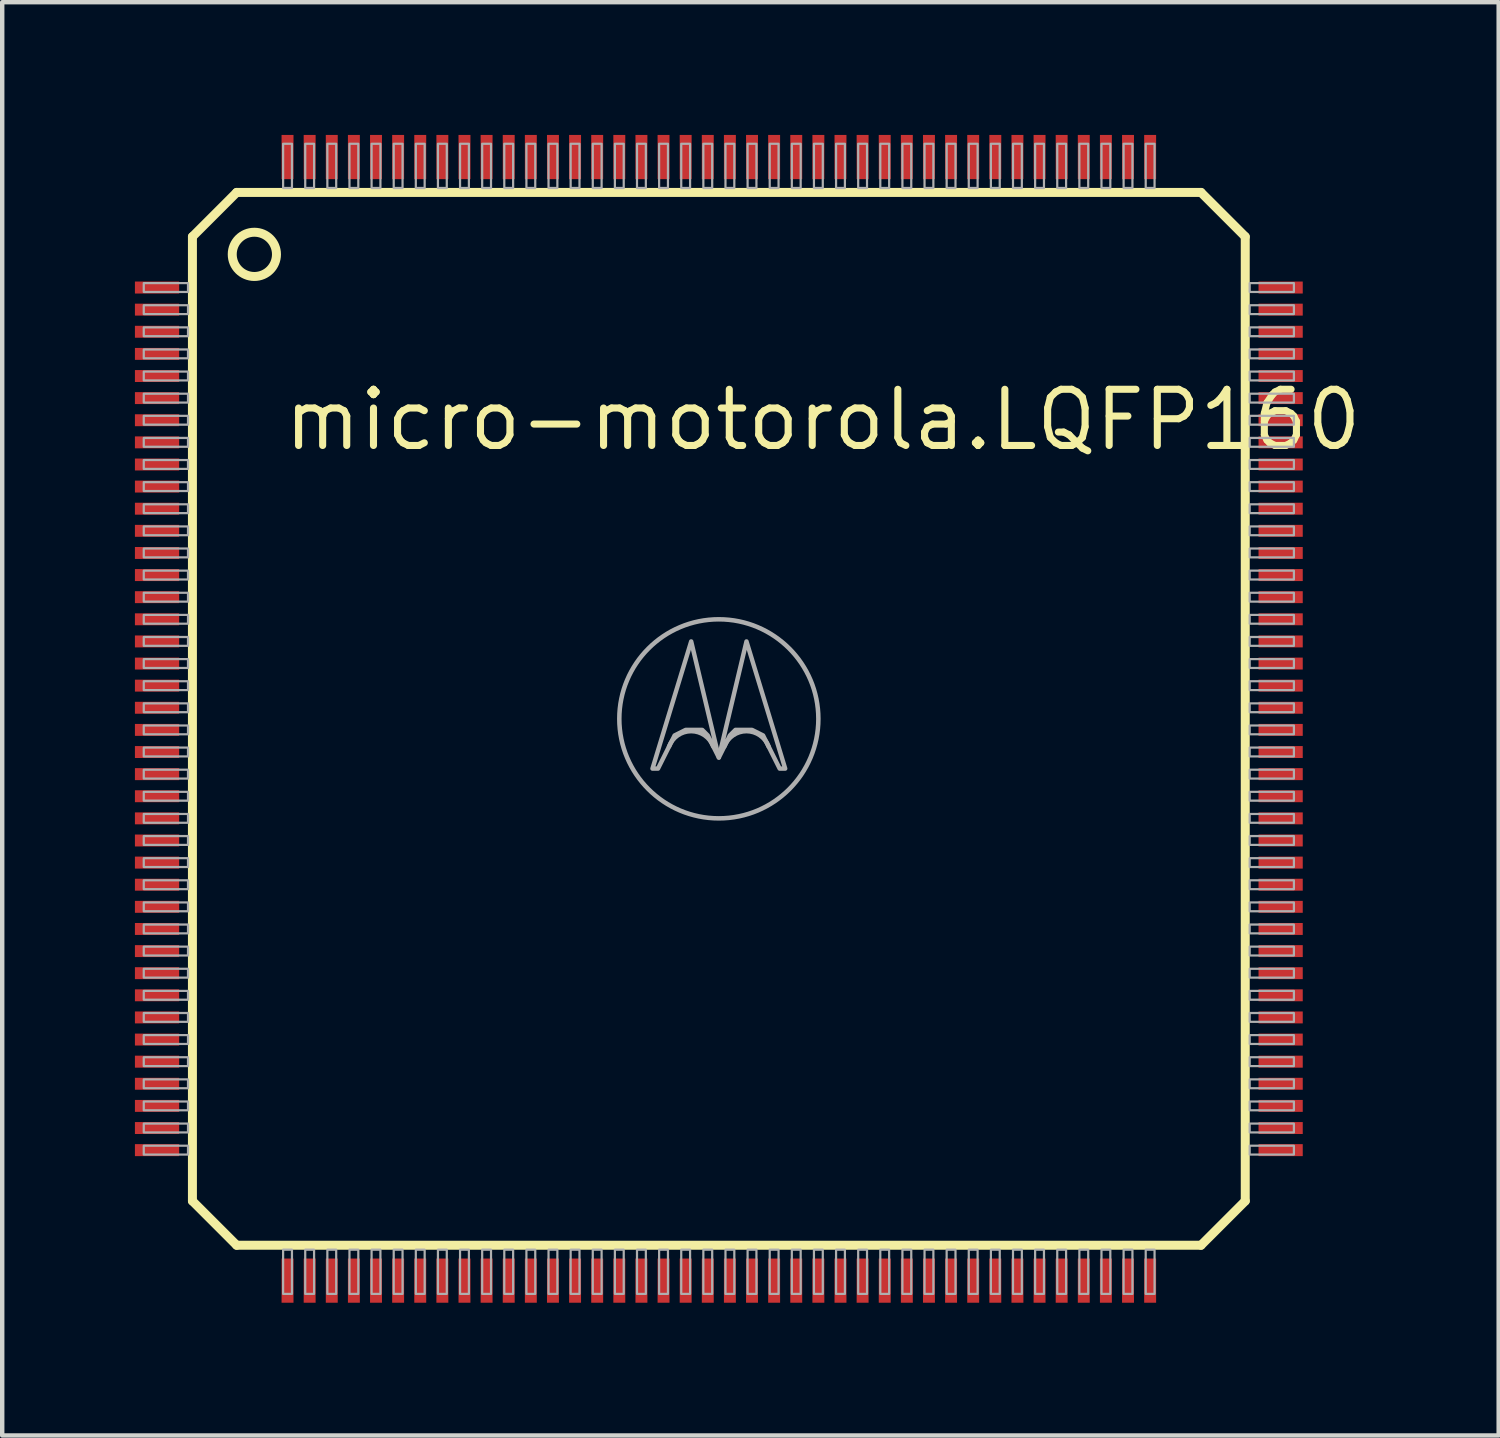
<source format=kicad_pcb>
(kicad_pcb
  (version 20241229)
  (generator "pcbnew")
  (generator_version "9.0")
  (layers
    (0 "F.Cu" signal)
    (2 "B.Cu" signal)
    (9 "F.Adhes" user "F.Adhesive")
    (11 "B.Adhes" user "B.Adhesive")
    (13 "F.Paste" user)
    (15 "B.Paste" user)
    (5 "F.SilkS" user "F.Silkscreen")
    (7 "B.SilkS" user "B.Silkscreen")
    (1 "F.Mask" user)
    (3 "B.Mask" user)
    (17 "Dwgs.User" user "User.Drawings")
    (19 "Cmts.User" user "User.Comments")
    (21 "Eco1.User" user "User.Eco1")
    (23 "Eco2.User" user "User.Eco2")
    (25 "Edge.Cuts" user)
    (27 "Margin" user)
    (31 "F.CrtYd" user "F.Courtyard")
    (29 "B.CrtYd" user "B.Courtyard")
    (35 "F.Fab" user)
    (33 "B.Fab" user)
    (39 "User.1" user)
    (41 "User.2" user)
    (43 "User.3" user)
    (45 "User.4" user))
  (footprint "micro-motorola.LQFP160"
    (layer "F.Cu")
    (at 13.2 13.2)
    (property "Reference" "micro-motorola.LQFP160" (at -9.908 -6.016 0) (layer "F.SilkS") (effects (font (size 1.27 1.27) (thickness 0.16)) (justify left bottom)))
    (attr smd)
    (fp_line (start -11.9 -10.9) (end -10.9 -11.9) (stroke (width 0.203) (type default)) (layer "F.SilkS"))
    (fp_line (start -11.9 10.9) (end -11.9 -10.9) (stroke (width 0.203) (type default)) (layer "F.SilkS"))
    (fp_line (start -11.9 10.9) (end -10.9 11.9) (stroke (width 0.203) (type default)) (layer "F.SilkS"))
    (fp_line (start -10.9 -11.9) (end 10.9 -11.9) (stroke (width 0.203) (type default)) (layer "F.SilkS"))
    (fp_line (start 10.9 11.9) (end -10.9 11.9) (stroke (width 0.203) (type default)) (layer "F.SilkS"))
    (fp_line (start 11.9 -10.9) (end 10.9 -11.9) (stroke (width 0.203) (type default)) (layer "F.SilkS"))
    (fp_line (start 11.9 -10.9) (end 11.9 10.9) (stroke (width 0.203) (type default)) (layer "F.SilkS"))
    (fp_line (start 11.9 10.9) (end 10.9 11.9) (stroke (width 0.203) (type default)) (layer "F.SilkS"))
    (fp_circle (center -10.5 -10.5) (end -10 -10.5) (stroke (width 0.203) (type default)) (fill no) (layer "F.SilkS"))
    (fp_rect (start -13 -9.65) (end -12 -9.85) (stroke (width 0.05) (type default)) (fill no) (layer "F.Fab"))
    (fp_rect (start -13 -9.15) (end -12 -9.35) (stroke (width 0.05) (type default)) (fill no) (layer "F.Fab"))
    (fp_rect (start -13 -8.65) (end -12 -8.85) (stroke (width 0.05) (type default)) (fill no) (layer "F.Fab"))
    (fp_rect (start -13 -8.15) (end -12 -8.35) (stroke (width 0.05) (type default)) (fill no) (layer "F.Fab"))
    (fp_rect (start -13 -7.65) (end -12 -7.85) (stroke (width 0.05) (type default)) (fill no) (layer "F.Fab"))
    (fp_rect (start -13 -7.15) (end -12 -7.35) (stroke (width 0.05) (type default)) (fill no) (layer "F.Fab"))
    (fp_rect (start -13 -6.65) (end -12 -6.85) (stroke (width 0.05) (type default)) (fill no) (layer "F.Fab"))
    (fp_rect (start -13 -6.15) (end -12 -6.35) (stroke (width 0.05) (type default)) (fill no) (layer "F.Fab"))
    (fp_rect (start -13 -5.65) (end -12 -5.85) (stroke (width 0.05) (type default)) (fill no) (layer "F.Fab"))
    (fp_rect (start -13 -5.15) (end -12 -5.35) (stroke (width 0.05) (type default)) (fill no) (layer "F.Fab"))
    (fp_rect (start -13 -4.65) (end -12 -4.85) (stroke (width 0.05) (type default)) (fill no) (layer "F.Fab"))
    (fp_rect (start -13 -4.15) (end -12 -4.35) (stroke (width 0.05) (type default)) (fill no) (layer "F.Fab"))
    (fp_rect (start -13 -3.65) (end -12 -3.85) (stroke (width 0.05) (type default)) (fill no) (layer "F.Fab"))
    (fp_rect (start -13 -3.15) (end -12 -3.35) (stroke (width 0.05) (type default)) (fill no) (layer "F.Fab"))
    (fp_rect (start -13 -2.65) (end -12 -2.85) (stroke (width 0.05) (type default)) (fill no) (layer "F.Fab"))
    (fp_rect (start -13 -2.15) (end -12 -2.35) (stroke (width 0.05) (type default)) (fill no) (layer "F.Fab"))
    (fp_rect (start -13 -1.65) (end -12 -1.85) (stroke (width 0.05) (type default)) (fill no) (layer "F.Fab"))
    (fp_rect (start -13 -1.15) (end -12 -1.35) (stroke (width 0.05) (type default)) (fill no) (layer "F.Fab"))
    (fp_rect (start -13 -0.65) (end -12 -0.85) (stroke (width 0.05) (type default)) (fill no) (layer "F.Fab"))
    (fp_rect (start -13 -0.15) (end -12 -0.35) (stroke (width 0.05) (type default)) (fill no) (layer "F.Fab"))
    (fp_rect (start -13 0.35) (end -12 0.15) (stroke (width 0.05) (type default)) (fill no) (layer "F.Fab"))
    (fp_rect (start -13 0.85) (end -12 0.65) (stroke (width 0.05) (type default)) (fill no) (layer "F.Fab"))
    (fp_rect (start -13 1.35) (end -12 1.15) (stroke (width 0.05) (type default)) (fill no) (layer "F.Fab"))
    (fp_rect (start -13 1.85) (end -12 1.65) (stroke (width 0.05) (type default)) (fill no) (layer "F.Fab"))
    (fp_rect (start -13 2.35) (end -12 2.15) (stroke (width 0.05) (type default)) (fill no) (layer "F.Fab"))
    (fp_rect (start -13 2.85) (end -12 2.65) (stroke (width 0.05) (type default)) (fill no) (layer "F.Fab"))
    (fp_rect (start -13 3.35) (end -12 3.15) (stroke (width 0.05) (type default)) (fill no) (layer "F.Fab"))
    (fp_rect (start -13 3.85) (end -12 3.65) (stroke (width 0.05) (type default)) (fill no) (layer "F.Fab"))
    (fp_rect (start -13 4.35) (end -12 4.15) (stroke (width 0.05) (type default)) (fill no) (layer "F.Fab"))
    (fp_rect (start -13 4.85) (end -12 4.65) (stroke (width 0.05) (type default)) (fill no) (layer "F.Fab"))
    (fp_rect (start -13 5.35) (end -12 5.15) (stroke (width 0.05) (type default)) (fill no) (layer "F.Fab"))
    (fp_rect (start -13 5.85) (end -12 5.65) (stroke (width 0.05) (type default)) (fill no) (layer "F.Fab"))
    (fp_rect (start -13 6.35) (end -12 6.15) (stroke (width 0.05) (type default)) (fill no) (layer "F.Fab"))
    (fp_rect (start -13 6.85) (end -12 6.65) (stroke (width 0.05) (type default)) (fill no) (layer "F.Fab"))
    (fp_rect (start -13 7.35) (end -12 7.15) (stroke (width 0.05) (type default)) (fill no) (layer "F.Fab"))
    (fp_rect (start -13 7.85) (end -12 7.65) (stroke (width 0.05) (type default)) (fill no) (layer "F.Fab"))
    (fp_rect (start -13 8.35) (end -12 8.15) (stroke (width 0.05) (type default)) (fill no) (layer "F.Fab"))
    (fp_rect (start -13 8.85) (end -12 8.65) (stroke (width 0.05) (type default)) (fill no) (layer "F.Fab"))
    (fp_rect (start -13 9.35) (end -12 9.15) (stroke (width 0.05) (type default)) (fill no) (layer "F.Fab"))
    (fp_rect (start -13 9.85) (end -12 9.65) (stroke (width 0.05) (type default)) (fill no) (layer "F.Fab"))
    (fp_rect (start -9.85 -12) (end -9.65 -13) (stroke (width 0.05) (type default)) (fill no) (layer "F.Fab"))
    (fp_rect (start -9.85 13) (end -9.65 12) (stroke (width 0.05) (type default)) (fill no) (layer "F.Fab"))
    (fp_rect (start -9.35 -12) (end -9.15 -13) (stroke (width 0.05) (type default)) (fill no) (layer "F.Fab"))
    (fp_rect (start -9.35 13) (end -9.15 12) (stroke (width 0.05) (type default)) (fill no) (layer "F.Fab"))
    (fp_rect (start -8.85 -12) (end -8.65 -13) (stroke (width 0.05) (type default)) (fill no) (layer "F.Fab"))
    (fp_rect (start -8.85 13) (end -8.65 12) (stroke (width 0.05) (type default)) (fill no) (layer "F.Fab"))
    (fp_rect (start -8.35 -12) (end -8.15 -13) (stroke (width 0.05) (type default)) (fill no) (layer "F.Fab"))
    (fp_rect (start -8.35 13) (end -8.15 12) (stroke (width 0.05) (type default)) (fill no) (layer "F.Fab"))
    (fp_rect (start -7.85 -12) (end -7.65 -13) (stroke (width 0.05) (type default)) (fill no) (layer "F.Fab"))
    (fp_rect (start -7.85 13) (end -7.65 12) (stroke (width 0.05) (type default)) (fill no) (layer "F.Fab"))
    (fp_rect (start -7.35 -12) (end -7.15 -13) (stroke (width 0.05) (type default)) (fill no) (layer "F.Fab"))
    (fp_rect (start -7.35 13) (end -7.15 12) (stroke (width 0.05) (type default)) (fill no) (layer "F.Fab"))
    (fp_rect (start -6.85 -12) (end -6.65 -13) (stroke (width 0.05) (type default)) (fill no) (layer "F.Fab"))
    (fp_rect (start -6.85 13) (end -6.65 12) (stroke (width 0.05) (type default)) (fill no) (layer "F.Fab"))
    (fp_rect (start -6.35 -12) (end -6.15 -13) (stroke (width 0.05) (type default)) (fill no) (layer "F.Fab"))
    (fp_rect (start -6.35 13) (end -6.15 12) (stroke (width 0.05) (type default)) (fill no) (layer "F.Fab"))
    (fp_rect (start -5.85 -12) (end -5.65 -13) (stroke (width 0.05) (type default)) (fill no) (layer "F.Fab"))
    (fp_rect (start -5.85 13) (end -5.65 12) (stroke (width 0.05) (type default)) (fill no) (layer "F.Fab"))
    (fp_rect (start -5.35 -12) (end -5.15 -13) (stroke (width 0.05) (type default)) (fill no) (layer "F.Fab"))
    (fp_rect (start -5.35 13) (end -5.15 12) (stroke (width 0.05) (type default)) (fill no) (layer "F.Fab"))
    (fp_rect (start -4.85 -12) (end -4.65 -13) (stroke (width 0.05) (type default)) (fill no) (layer "F.Fab"))
    (fp_rect (start -4.85 13) (end -4.65 12) (stroke (width 0.05) (type default)) (fill no) (layer "F.Fab"))
    (fp_rect (start -4.35 -12) (end -4.15 -13) (stroke (width 0.05) (type default)) (fill no) (layer "F.Fab"))
    (fp_rect (start -4.35 13) (end -4.15 12) (stroke (width 0.05) (type default)) (fill no) (layer "F.Fab"))
    (fp_rect (start -3.85 -12) (end -3.65 -13) (stroke (width 0.05) (type default)) (fill no) (layer "F.Fab"))
    (fp_rect (start -3.85 13) (end -3.65 12) (stroke (width 0.05) (type default)) (fill no) (layer "F.Fab"))
    (fp_rect (start -3.35 -12) (end -3.15 -13) (stroke (width 0.05) (type default)) (fill no) (layer "F.Fab"))
    (fp_rect (start -3.35 13) (end -3.15 12) (stroke (width 0.05) (type default)) (fill no) (layer "F.Fab"))
    (fp_rect (start -2.85 -12) (end -2.65 -13) (stroke (width 0.05) (type default)) (fill no) (layer "F.Fab"))
    (fp_rect (start -2.85 13) (end -2.65 12) (stroke (width 0.05) (type default)) (fill no) (layer "F.Fab"))
    (fp_rect (start -2.35 -12) (end -2.15 -13) (stroke (width 0.05) (type default)) (fill no) (layer "F.Fab"))
    (fp_rect (start -2.35 13) (end -2.15 12) (stroke (width 0.05) (type default)) (fill no) (layer "F.Fab"))
    (fp_rect (start -1.85 -12) (end -1.65 -13) (stroke (width 0.05) (type default)) (fill no) (layer "F.Fab"))
    (fp_rect (start -1.85 13) (end -1.65 12) (stroke (width 0.05) (type default)) (fill no) (layer "F.Fab"))
    (fp_rect (start -1.35 -12) (end -1.15 -13) (stroke (width 0.05) (type default)) (fill no) (layer "F.Fab"))
    (fp_rect (start -1.35 13) (end -1.15 12) (stroke (width 0.05) (type default)) (fill no) (layer "F.Fab"))
    (fp_rect (start -0.85 -12) (end -0.65 -13) (stroke (width 0.05) (type default)) (fill no) (layer "F.Fab"))
    (fp_rect (start -0.85 13) (end -0.65 12) (stroke (width 0.05) (type default)) (fill no) (layer "F.Fab"))
    (fp_rect (start -0.35 -12) (end -0.15 -13) (stroke (width 0.05) (type default)) (fill no) (layer "F.Fab"))
    (fp_rect (start -0.35 13) (end -0.15 12) (stroke (width 0.05) (type default)) (fill no) (layer "F.Fab"))
    (fp_rect (start 0.15 -12) (end 0.35 -13) (stroke (width 0.05) (type default)) (fill no) (layer "F.Fab"))
    (fp_rect (start 0.15 13) (end 0.35 12) (stroke (width 0.05) (type default)) (fill no) (layer "F.Fab"))
    (fp_rect (start 0.65 -12) (end 0.85 -13) (stroke (width 0.05) (type default)) (fill no) (layer "F.Fab"))
    (fp_rect (start 0.65 13) (end 0.85 12) (stroke (width 0.05) (type default)) (fill no) (layer "F.Fab"))
    (fp_rect (start 1.15 -12) (end 1.35 -13) (stroke (width 0.05) (type default)) (fill no) (layer "F.Fab"))
    (fp_rect (start 1.15 13) (end 1.35 12) (stroke (width 0.05) (type default)) (fill no) (layer "F.Fab"))
    (fp_rect (start 1.65 -12) (end 1.85 -13) (stroke (width 0.05) (type default)) (fill no) (layer "F.Fab"))
    (fp_rect (start 1.65 13) (end 1.85 12) (stroke (width 0.05) (type default)) (fill no) (layer "F.Fab"))
    (fp_rect (start 2.15 -12) (end 2.35 -13) (stroke (width 0.05) (type default)) (fill no) (layer "F.Fab"))
    (fp_rect (start 2.15 13) (end 2.35 12) (stroke (width 0.05) (type default)) (fill no) (layer "F.Fab"))
    (fp_rect (start 2.65 -12) (end 2.85 -13) (stroke (width 0.05) (type default)) (fill no) (layer "F.Fab"))
    (fp_rect (start 2.65 13) (end 2.85 12) (stroke (width 0.05) (type default)) (fill no) (layer "F.Fab"))
    (fp_rect (start 3.15 -12) (end 3.35 -13) (stroke (width 0.05) (type default)) (fill no) (layer "F.Fab"))
    (fp_rect (start 3.15 13) (end 3.35 12) (stroke (width 0.05) (type default)) (fill no) (layer "F.Fab"))
    (fp_rect (start 3.65 -12) (end 3.85 -13) (stroke (width 0.05) (type default)) (fill no) (layer "F.Fab"))
    (fp_rect (start 3.65 13) (end 3.85 12) (stroke (width 0.05) (type default)) (fill no) (layer "F.Fab"))
    (fp_rect (start 4.15 -12) (end 4.35 -13) (stroke (width 0.05) (type default)) (fill no) (layer "F.Fab"))
    (fp_rect (start 4.15 13) (end 4.35 12) (stroke (width 0.05) (type default)) (fill no) (layer "F.Fab"))
    (fp_rect (start 4.65 -12) (end 4.85 -13) (stroke (width 0.05) (type default)) (fill no) (layer "F.Fab"))
    (fp_rect (start 4.65 13) (end 4.85 12) (stroke (width 0.05) (type default)) (fill no) (layer "F.Fab"))
    (fp_rect (start 5.15 -12) (end 5.35 -13) (stroke (width 0.05) (type default)) (fill no) (layer "F.Fab"))
    (fp_rect (start 5.15 13) (end 5.35 12) (stroke (width 0.05) (type default)) (fill no) (layer "F.Fab"))
    (fp_rect (start 5.65 -12) (end 5.85 -13) (stroke (width 0.05) (type default)) (fill no) (layer "F.Fab"))
    (fp_rect (start 5.65 13) (end 5.85 12) (stroke (width 0.05) (type default)) (fill no) (layer "F.Fab"))
    (fp_rect (start 6.15 -12) (end 6.35 -13) (stroke (width 0.05) (type default)) (fill no) (layer "F.Fab"))
    (fp_rect (start 6.15 13) (end 6.35 12) (stroke (width 0.05) (type default)) (fill no) (layer "F.Fab"))
    (fp_rect (start 6.65 -12) (end 6.85 -13) (stroke (width 0.05) (type default)) (fill no) (layer "F.Fab"))
    (fp_rect (start 6.65 13) (end 6.85 12) (stroke (width 0.05) (type default)) (fill no) (layer "F.Fab"))
    (fp_rect (start 7.15 -12) (end 7.35 -13) (stroke (width 0.05) (type default)) (fill no) (layer "F.Fab"))
    (fp_rect (start 7.15 13) (end 7.35 12) (stroke (width 0.05) (type default)) (fill no) (layer "F.Fab"))
    (fp_rect (start 7.65 -12) (end 7.85 -13) (stroke (width 0.05) (type default)) (fill no) (layer "F.Fab"))
    (fp_rect (start 7.65 13) (end 7.85 12) (stroke (width 0.05) (type default)) (fill no) (layer "F.Fab"))
    (fp_rect (start 8.15 -12) (end 8.35 -13) (stroke (width 0.05) (type default)) (fill no) (layer "F.Fab"))
    (fp_rect (start 8.15 13) (end 8.35 12) (stroke (width 0.05) (type default)) (fill no) (layer "F.Fab"))
    (fp_rect (start 8.65 -12) (end 8.85 -13) (stroke (width 0.05) (type default)) (fill no) (layer "F.Fab"))
    (fp_rect (start 8.65 13) (end 8.85 12) (stroke (width 0.05) (type default)) (fill no) (layer "F.Fab"))
    (fp_rect (start 9.15 -12) (end 9.35 -13) (stroke (width 0.05) (type default)) (fill no) (layer "F.Fab"))
    (fp_rect (start 9.15 13) (end 9.35 12) (stroke (width 0.05) (type default)) (fill no) (layer "F.Fab"))
    (fp_rect (start 9.65 -12) (end 9.85 -13) (stroke (width 0.05) (type default)) (fill no) (layer "F.Fab"))
    (fp_rect (start 9.65 13) (end 9.85 12) (stroke (width 0.05) (type default)) (fill no) (layer "F.Fab"))
    (fp_rect (start 12 -9.65) (end 13 -9.85) (stroke (width 0.05) (type default)) (fill no) (layer "F.Fab"))
    (fp_rect (start 12 -9.15) (end 13 -9.35) (stroke (width 0.05) (type default)) (fill no) (layer "F.Fab"))
    (fp_rect (start 12 -8.65) (end 13 -8.85) (stroke (width 0.05) (type default)) (fill no) (layer "F.Fab"))
    (fp_rect (start 12 -8.15) (end 13 -8.35) (stroke (width 0.05) (type default)) (fill no) (layer "F.Fab"))
    (fp_rect (start 12 -7.65) (end 13 -7.85) (stroke (width 0.05) (type default)) (fill no) (layer "F.Fab"))
    (fp_rect (start 12 -7.15) (end 13 -7.35) (stroke (width 0.05) (type default)) (fill no) (layer "F.Fab"))
    (fp_rect (start 12 -6.65) (end 13 -6.85) (stroke (width 0.05) (type default)) (fill no) (layer "F.Fab"))
    (fp_rect (start 12 -6.15) (end 13 -6.35) (stroke (width 0.05) (type default)) (fill no) (layer "F.Fab"))
    (fp_rect (start 12 -5.65) (end 13 -5.85) (stroke (width 0.05) (type default)) (fill no) (layer "F.Fab"))
    (fp_rect (start 12 -5.15) (end 13 -5.35) (stroke (width 0.05) (type default)) (fill no) (layer "F.Fab"))
    (fp_rect (start 12 -4.65) (end 13 -4.85) (stroke (width 0.05) (type default)) (fill no) (layer "F.Fab"))
    (fp_rect (start 12 -4.15) (end 13 -4.35) (stroke (width 0.05) (type default)) (fill no) (layer "F.Fab"))
    (fp_rect (start 12 -3.65) (end 13 -3.85) (stroke (width 0.05) (type default)) (fill no) (layer "F.Fab"))
    (fp_rect (start 12 -3.15) (end 13 -3.35) (stroke (width 0.05) (type default)) (fill no) (layer "F.Fab"))
    (fp_rect (start 12 -2.65) (end 13 -2.85) (stroke (width 0.05) (type default)) (fill no) (layer "F.Fab"))
    (fp_rect (start 12 -2.15) (end 13 -2.35) (stroke (width 0.05) (type default)) (fill no) (layer "F.Fab"))
    (fp_rect (start 12 -1.65) (end 13 -1.85) (stroke (width 0.05) (type default)) (fill no) (layer "F.Fab"))
    (fp_rect (start 12 -1.15) (end 13 -1.35) (stroke (width 0.05) (type default)) (fill no) (layer "F.Fab"))
    (fp_rect (start 12 -0.65) (end 13 -0.85) (stroke (width 0.05) (type default)) (fill no) (layer "F.Fab"))
    (fp_rect (start 12 -0.15) (end 13 -0.35) (stroke (width 0.05) (type default)) (fill no) (layer "F.Fab"))
    (fp_rect (start 12 0.35) (end 13 0.15) (stroke (width 0.05) (type default)) (fill no) (layer "F.Fab"))
    (fp_rect (start 12 0.85) (end 13 0.65) (stroke (width 0.05) (type default)) (fill no) (layer "F.Fab"))
    (fp_rect (start 12 1.35) (end 13 1.15) (stroke (width 0.05) (type default)) (fill no) (layer "F.Fab"))
    (fp_rect (start 12 1.85) (end 13 1.65) (stroke (width 0.05) (type default)) (fill no) (layer "F.Fab"))
    (fp_rect (start 12 2.35) (end 13 2.15) (stroke (width 0.05) (type default)) (fill no) (layer "F.Fab"))
    (fp_rect (start 12 2.85) (end 13 2.65) (stroke (width 0.05) (type default)) (fill no) (layer "F.Fab"))
    (fp_rect (start 12 3.35) (end 13 3.15) (stroke (width 0.05) (type default)) (fill no) (layer "F.Fab"))
    (fp_rect (start 12 3.85) (end 13 3.65) (stroke (width 0.05) (type default)) (fill no) (layer "F.Fab"))
    (fp_rect (start 12 4.35) (end 13 4.15) (stroke (width 0.05) (type default)) (fill no) (layer "F.Fab"))
    (fp_rect (start 12 4.85) (end 13 4.65) (stroke (width 0.05) (type default)) (fill no) (layer "F.Fab"))
    (fp_rect (start 12 5.35) (end 13 5.15) (stroke (width 0.05) (type default)) (fill no) (layer "F.Fab"))
    (fp_rect (start 12 5.85) (end 13 5.65) (stroke (width 0.05) (type default)) (fill no) (layer "F.Fab"))
    (fp_rect (start 12 6.35) (end 13 6.15) (stroke (width 0.05) (type default)) (fill no) (layer "F.Fab"))
    (fp_rect (start 12 6.85) (end 13 6.65) (stroke (width 0.05) (type default)) (fill no) (layer "F.Fab"))
    (fp_rect (start 12 7.35) (end 13 7.15) (stroke (width 0.05) (type default)) (fill no) (layer "F.Fab"))
    (fp_rect (start 12 7.85) (end 13 7.65) (stroke (width 0.05) (type default)) (fill no) (layer "F.Fab"))
    (fp_rect (start 12 8.35) (end 13 8.15) (stroke (width 0.05) (type default)) (fill no) (layer "F.Fab"))
    (fp_rect (start 12 8.85) (end 13 8.65) (stroke (width 0.05) (type default)) (fill no) (layer "F.Fab"))
    (fp_rect (start 12 9.35) (end 13 9.15) (stroke (width 0.05) (type default)) (fill no) (layer "F.Fab"))
    (fp_rect (start 12 9.85) (end 13 9.65) (stroke (width 0.05) (type default)) (fill no) (layer "F.Fab"))
    (fp_arc (start -1.125 0.625) (mid -0.625 0.2785) (end -0.125 0.625) (stroke (width 0.1016) (type default)) (layer "F.Fab"))
    (fp_arc (start 0.125 0.625) (mid 0.625 0.2785) (end 1.125 0.625) (stroke (width 0.1016) (type default)) (layer "F.Fab"))
    (fp_circle (center 0 0) (end 2.25 0) (stroke (width 0.102) (type default)) (fill no) (layer "F.Fab"))
    (fp_poly (pts (xy -1.5 1.125) (xy -0.625 -1.75) (xy 0 0.875) (xy -0.25 0.375) (xy -0.375 0.25) (xy -0.75 0.25) (xy -1 0.375) (xy -1.375 1.125)) (stroke (width 0.1) (type default)) (fill no) (layer "F.Fab"))
    (fp_poly (pts (xy 1.5 1.125) (xy 0.625 -1.75) (xy 0 0.875) (xy 0.25 0.375) (xy 0.375 0.25) (xy 0.75 0.25) (xy 1 0.375) (xy 1.375 1.125)) (stroke (width 0.1) (type default)) (fill no) (layer "F.Fab"))
    (pad "1" smd roundrect (at -12.7 -9.75) (size 1 0.27) (layers "F.Cu" "F.Mask" "F.Paste") (roundrect_rratio 0.01))
    (pad "2" smd roundrect (at -12.7 -9.25) (size 1 0.27) (layers "F.Cu" "F.Mask" "F.Paste") (roundrect_rratio 0.01))
    (pad "3" smd roundrect (at -12.7 -8.75) (size 1 0.27) (layers "F.Cu" "F.Mask" "F.Paste") (roundrect_rratio 0.01))
    (pad "4" smd roundrect (at -12.7 -8.25) (size 1 0.27) (layers "F.Cu" "F.Mask" "F.Paste") (roundrect_rratio 0.01))
    (pad "5" smd roundrect (at -12.7 -7.75) (size 1 0.27) (layers "F.Cu" "F.Mask" "F.Paste") (roundrect_rratio 0.01))
    (pad "6" smd roundrect (at -12.7 -7.25) (size 1 0.27) (layers "F.Cu" "F.Mask" "F.Paste") (roundrect_rratio 0.01))
    (pad "7" smd roundrect (at -12.7 -6.75) (size 1 0.27) (layers "F.Cu" "F.Mask" "F.Paste") (roundrect_rratio 0.01))
    (pad "8" smd roundrect (at -12.7 -6.25) (size 1 0.27) (layers "F.Cu" "F.Mask" "F.Paste") (roundrect_rratio 0.01))
    (pad "9" smd roundrect (at -12.7 -5.75) (size 1 0.27) (layers "F.Cu" "F.Mask" "F.Paste") (roundrect_rratio 0.01))
    (pad "10" smd roundrect (at -12.7 -5.25) (size 1 0.27) (layers "F.Cu" "F.Mask" "F.Paste") (roundrect_rratio 0.01))
    (pad "11" smd roundrect (at -12.7 -4.75) (size 1 0.27) (layers "F.Cu" "F.Mask" "F.Paste") (roundrect_rratio 0.01))
    (pad "12" smd roundrect (at -12.7 -4.25) (size 1 0.27) (layers "F.Cu" "F.Mask" "F.Paste") (roundrect_rratio 0.01))
    (pad "13" smd roundrect (at -12.7 -3.75) (size 1 0.27) (layers "F.Cu" "F.Mask" "F.Paste") (roundrect_rratio 0.01))
    (pad "14" smd roundrect (at -12.7 -3.25) (size 1 0.27) (layers "F.Cu" "F.Mask" "F.Paste") (roundrect_rratio 0.01))
    (pad "15" smd roundrect (at -12.7 -2.75) (size 1 0.27) (layers "F.Cu" "F.Mask" "F.Paste") (roundrect_rratio 0.01))
    (pad "16" smd roundrect (at -12.7 -2.25) (size 1 0.27) (layers "F.Cu" "F.Mask" "F.Paste") (roundrect_rratio 0.01))
    (pad "17" smd roundrect (at -12.7 -1.75) (size 1 0.27) (layers "F.Cu" "F.Mask" "F.Paste") (roundrect_rratio 0.01))
    (pad "18" smd roundrect (at -12.7 -1.25) (size 1 0.27) (layers "F.Cu" "F.Mask" "F.Paste") (roundrect_rratio 0.01))
    (pad "19" smd roundrect (at -12.7 -0.75) (size 1 0.27) (layers "F.Cu" "F.Mask" "F.Paste") (roundrect_rratio 0.01))
    (pad "20" smd roundrect (at -12.7 -0.25) (size 1 0.27) (layers "F.Cu" "F.Mask" "F.Paste") (roundrect_rratio 0.01))
    (pad "21" smd roundrect (at -12.7 0.25) (size 1 0.27) (layers "F.Cu" "F.Mask" "F.Paste") (roundrect_rratio 0.01))
    (pad "22" smd roundrect (at -12.7 0.75) (size 1 0.27) (layers "F.Cu" "F.Mask" "F.Paste") (roundrect_rratio 0.01))
    (pad "23" smd roundrect (at -12.7 1.25) (size 1 0.27) (layers "F.Cu" "F.Mask" "F.Paste") (roundrect_rratio 0.01))
    (pad "24" smd roundrect (at -12.7 1.75) (size 1 0.27) (layers "F.Cu" "F.Mask" "F.Paste") (roundrect_rratio 0.01))
    (pad "25" smd roundrect (at -12.7 2.25) (size 1 0.27) (layers "F.Cu" "F.Mask" "F.Paste") (roundrect_rratio 0.01))
    (pad "26" smd roundrect (at -12.7 2.75) (size 1 0.27) (layers "F.Cu" "F.Mask" "F.Paste") (roundrect_rratio 0.01))
    (pad "27" smd roundrect (at -12.7 3.25) (size 1 0.27) (layers "F.Cu" "F.Mask" "F.Paste") (roundrect_rratio 0.01))
    (pad "28" smd roundrect (at -12.7 3.75) (size 1 0.27) (layers "F.Cu" "F.Mask" "F.Paste") (roundrect_rratio 0.01))
    (pad "29" smd roundrect (at -12.7 4.25) (size 1 0.27) (layers "F.Cu" "F.Mask" "F.Paste") (roundrect_rratio 0.01))
    (pad "30" smd roundrect (at -12.7 4.75) (size 1 0.27) (layers "F.Cu" "F.Mask" "F.Paste") (roundrect_rratio 0.01))
    (pad "31" smd roundrect (at -12.7 5.25) (size 1 0.27) (layers "F.Cu" "F.Mask" "F.Paste") (roundrect_rratio 0.01))
    (pad "32" smd roundrect (at -12.7 5.75) (size 1 0.27) (layers "F.Cu" "F.Mask" "F.Paste") (roundrect_rratio 0.01))
    (pad "33" smd roundrect (at -12.7 6.25) (size 1 0.27) (layers "F.Cu" "F.Mask" "F.Paste") (roundrect_rratio 0.01))
    (pad "34" smd roundrect (at -12.7 6.75) (size 1 0.27) (layers "F.Cu" "F.Mask" "F.Paste") (roundrect_rratio 0.01))
    (pad "35" smd roundrect (at -12.7 7.25) (size 1 0.27) (layers "F.Cu" "F.Mask" "F.Paste") (roundrect_rratio 0.01))
    (pad "36" smd roundrect (at -12.7 7.75) (size 1 0.27) (layers "F.Cu" "F.Mask" "F.Paste") (roundrect_rratio 0.01))
    (pad "37" smd roundrect (at -12.7 8.25) (size 1 0.27) (layers "F.Cu" "F.Mask" "F.Paste") (roundrect_rratio 0.01))
    (pad "38" smd roundrect (at -12.7 8.75) (size 1 0.27) (layers "F.Cu" "F.Mask" "F.Paste") (roundrect_rratio 0.01))
    (pad "39" smd roundrect (at -12.7 9.25) (size 1 0.27) (layers "F.Cu" "F.Mask" "F.Paste") (roundrect_rratio 0.01))
    (pad "40" smd roundrect (at -12.7 9.75) (size 1 0.27) (layers "F.Cu" "F.Mask" "F.Paste") (roundrect_rratio 0.01))
    (pad "41" smd roundrect (at -9.75 12.7) (size 0.27 1) (layers "F.Cu" "F.Mask" "F.Paste") (roundrect_rratio 0.01))
    (pad "42" smd roundrect (at -9.25 12.7) (size 0.27 1) (layers "F.Cu" "F.Mask" "F.Paste") (roundrect_rratio 0.01))
    (pad "43" smd roundrect (at -8.75 12.7) (size 0.27 1) (layers "F.Cu" "F.Mask" "F.Paste") (roundrect_rratio 0.01))
    (pad "44" smd roundrect (at -8.25 12.7) (size 0.27 1) (layers "F.Cu" "F.Mask" "F.Paste") (roundrect_rratio 0.01))
    (pad "45" smd roundrect (at -7.75 12.7) (size 0.27 1) (layers "F.Cu" "F.Mask" "F.Paste") (roundrect_rratio 0.01))
    (pad "46" smd roundrect (at -7.25 12.7) (size 0.27 1) (layers "F.Cu" "F.Mask" "F.Paste") (roundrect_rratio 0.01))
    (pad "47" smd roundrect (at -6.75 12.7) (size 0.27 1) (layers "F.Cu" "F.Mask" "F.Paste") (roundrect_rratio 0.01))
    (pad "48" smd roundrect (at -6.25 12.7) (size 0.27 1) (layers "F.Cu" "F.Mask" "F.Paste") (roundrect_rratio 0.01))
    (pad "49" smd roundrect (at -5.75 12.7) (size 0.27 1) (layers "F.Cu" "F.Mask" "F.Paste") (roundrect_rratio 0.01))
    (pad "50" smd roundrect (at -5.25 12.7) (size 0.27 1) (layers "F.Cu" "F.Mask" "F.Paste") (roundrect_rratio 0.01))
    (pad "51" smd roundrect (at -4.75 12.7) (size 0.27 1) (layers "F.Cu" "F.Mask" "F.Paste") (roundrect_rratio 0.01))
    (pad "52" smd roundrect (at -4.25 12.7) (size 0.27 1) (layers "F.Cu" "F.Mask" "F.Paste") (roundrect_rratio 0.01))
    (pad "53" smd roundrect (at -3.75 12.7) (size 0.27 1) (layers "F.Cu" "F.Mask" "F.Paste") (roundrect_rratio 0.01))
    (pad "54" smd roundrect (at -3.25 12.7) (size 0.27 1) (layers "F.Cu" "F.Mask" "F.Paste") (roundrect_rratio 0.01))
    (pad "55" smd roundrect (at -2.75 12.7) (size 0.27 1) (layers "F.Cu" "F.Mask" "F.Paste") (roundrect_rratio 0.01))
    (pad "56" smd roundrect (at -2.25 12.7) (size 0.27 1) (layers "F.Cu" "F.Mask" "F.Paste") (roundrect_rratio 0.01))
    (pad "57" smd roundrect (at -1.75 12.7) (size 0.27 1) (layers "F.Cu" "F.Mask" "F.Paste") (roundrect_rratio 0.01))
    (pad "58" smd roundrect (at -1.25 12.7) (size 0.27 1) (layers "F.Cu" "F.Mask" "F.Paste") (roundrect_rratio 0.01))
    (pad "59" smd roundrect (at -0.75 12.7) (size 0.27 1) (layers "F.Cu" "F.Mask" "F.Paste") (roundrect_rratio 0.01))
    (pad "60" smd roundrect (at -0.25 12.7) (size 0.27 1) (layers "F.Cu" "F.Mask" "F.Paste") (roundrect_rratio 0.01))
    (pad "61" smd roundrect (at 0.25 12.7) (size 0.27 1) (layers "F.Cu" "F.Mask" "F.Paste") (roundrect_rratio 0.01))
    (pad "62" smd roundrect (at 0.75 12.7) (size 0.27 1) (layers "F.Cu" "F.Mask" "F.Paste") (roundrect_rratio 0.01))
    (pad "63" smd roundrect (at 1.25 12.7) (size 0.27 1) (layers "F.Cu" "F.Mask" "F.Paste") (roundrect_rratio 0.01))
    (pad "64" smd roundrect (at 1.75 12.7) (size 0.27 1) (layers "F.Cu" "F.Mask" "F.Paste") (roundrect_rratio 0.01))
    (pad "65" smd roundrect (at 2.25 12.7) (size 0.27 1) (layers "F.Cu" "F.Mask" "F.Paste") (roundrect_rratio 0.01))
    (pad "66" smd roundrect (at 2.75 12.7) (size 0.27 1) (layers "F.Cu" "F.Mask" "F.Paste") (roundrect_rratio 0.01))
    (pad "67" smd roundrect (at 3.25 12.7) (size 0.27 1) (layers "F.Cu" "F.Mask" "F.Paste") (roundrect_rratio 0.01))
    (pad "68" smd roundrect (at 3.75 12.7) (size 0.27 1) (layers "F.Cu" "F.Mask" "F.Paste") (roundrect_rratio 0.01))
    (pad "69" smd roundrect (at 4.25 12.7) (size 0.27 1) (layers "F.Cu" "F.Mask" "F.Paste") (roundrect_rratio 0.01))
    (pad "70" smd roundrect (at 4.75 12.7) (size 0.27 1) (layers "F.Cu" "F.Mask" "F.Paste") (roundrect_rratio 0.01))
    (pad "71" smd roundrect (at 5.25 12.7) (size 0.27 1) (layers "F.Cu" "F.Mask" "F.Paste") (roundrect_rratio 0.01))
    (pad "72" smd roundrect (at 5.75 12.7) (size 0.27 1) (layers "F.Cu" "F.Mask" "F.Paste") (roundrect_rratio 0.01))
    (pad "73" smd roundrect (at 6.25 12.7) (size 0.27 1) (layers "F.Cu" "F.Mask" "F.Paste") (roundrect_rratio 0.01))
    (pad "74" smd roundrect (at 6.75 12.7) (size 0.27 1) (layers "F.Cu" "F.Mask" "F.Paste") (roundrect_rratio 0.01))
    (pad "75" smd roundrect (at 7.25 12.7) (size 0.27 1) (layers "F.Cu" "F.Mask" "F.Paste") (roundrect_rratio 0.01))
    (pad "76" smd roundrect (at 7.75 12.7) (size 0.27 1) (layers "F.Cu" "F.Mask" "F.Paste") (roundrect_rratio 0.01))
    (pad "77" smd roundrect (at 8.25 12.7) (size 0.27 1) (layers "F.Cu" "F.Mask" "F.Paste") (roundrect_rratio 0.01))
    (pad "78" smd roundrect (at 8.75 12.7) (size 0.27 1) (layers "F.Cu" "F.Mask" "F.Paste") (roundrect_rratio 0.01))
    (pad "79" smd roundrect (at 9.25 12.7) (size 0.27 1) (layers "F.Cu" "F.Mask" "F.Paste") (roundrect_rratio 0.01))
    (pad "80" smd roundrect (at 9.75 12.7) (size 0.27 1) (layers "F.Cu" "F.Mask" "F.Paste") (roundrect_rratio 0.01))
    (pad "81" smd roundrect (at 12.7 9.75) (size 1 0.27) (layers "F.Cu" "F.Mask" "F.Paste") (roundrect_rratio 0.01))
    (pad "82" smd roundrect (at 12.7 9.25) (size 1 0.27) (layers "F.Cu" "F.Mask" "F.Paste") (roundrect_rratio 0.01))
    (pad "83" smd roundrect (at 12.7 8.75) (size 1 0.27) (layers "F.Cu" "F.Mask" "F.Paste") (roundrect_rratio 0.01))
    (pad "84" smd roundrect (at 12.7 8.25) (size 1 0.27) (layers "F.Cu" "F.Mask" "F.Paste") (roundrect_rratio 0.01))
    (pad "85" smd roundrect (at 12.7 7.75) (size 1 0.27) (layers "F.Cu" "F.Mask" "F.Paste") (roundrect_rratio 0.01))
    (pad "86" smd roundrect (at 12.7 7.25) (size 1 0.27) (layers "F.Cu" "F.Mask" "F.Paste") (roundrect_rratio 0.01))
    (pad "87" smd roundrect (at 12.7 6.75) (size 1 0.27) (layers "F.Cu" "F.Mask" "F.Paste") (roundrect_rratio 0.01))
    (pad "88" smd roundrect (at 12.7 6.25) (size 1 0.27) (layers "F.Cu" "F.Mask" "F.Paste") (roundrect_rratio 0.01))
    (pad "89" smd roundrect (at 12.7 5.75) (size 1 0.27) (layers "F.Cu" "F.Mask" "F.Paste") (roundrect_rratio 0.01))
    (pad "90" smd roundrect (at 12.7 5.25) (size 1 0.27) (layers "F.Cu" "F.Mask" "F.Paste") (roundrect_rratio 0.01))
    (pad "91" smd roundrect (at 12.7 4.75) (size 1 0.27) (layers "F.Cu" "F.Mask" "F.Paste") (roundrect_rratio 0.01))
    (pad "92" smd roundrect (at 12.7 4.25) (size 1 0.27) (layers "F.Cu" "F.Mask" "F.Paste") (roundrect_rratio 0.01))
    (pad "93" smd roundrect (at 12.7 3.75) (size 1 0.27) (layers "F.Cu" "F.Mask" "F.Paste") (roundrect_rratio 0.01))
    (pad "94" smd roundrect (at 12.7 3.25) (size 1 0.27) (layers "F.Cu" "F.Mask" "F.Paste") (roundrect_rratio 0.01))
    (pad "95" smd roundrect (at 12.7 2.75) (size 1 0.27) (layers "F.Cu" "F.Mask" "F.Paste") (roundrect_rratio 0.01))
    (pad "96" smd roundrect (at 12.7 2.25) (size 1 0.27) (layers "F.Cu" "F.Mask" "F.Paste") (roundrect_rratio 0.01))
    (pad "97" smd roundrect (at 12.7 1.75) (size 1 0.27) (layers "F.Cu" "F.Mask" "F.Paste") (roundrect_rratio 0.01))
    (pad "98" smd roundrect (at 12.7 1.25) (size 1 0.27) (layers "F.Cu" "F.Mask" "F.Paste") (roundrect_rratio 0.01))
    (pad "99" smd roundrect (at 12.7 0.75) (size 1 0.27) (layers "F.Cu" "F.Mask" "F.Paste") (roundrect_rratio 0.01))
    (pad "100" smd roundrect (at 12.7 0.25) (size 1 0.27) (layers "F.Cu" "F.Mask" "F.Paste") (roundrect_rratio 0.01))
    (pad "101" smd roundrect (at 12.7 -0.25) (size 1 0.27) (layers "F.Cu" "F.Mask" "F.Paste") (roundrect_rratio 0.01))
    (pad "102" smd roundrect (at 12.7 -0.75) (size 1 0.27) (layers "F.Cu" "F.Mask" "F.Paste") (roundrect_rratio 0.01))
    (pad "103" smd roundrect (at 12.7 -1.25) (size 1 0.27) (layers "F.Cu" "F.Mask" "F.Paste") (roundrect_rratio 0.01))
    (pad "104" smd roundrect (at 12.7 -1.75) (size 1 0.27) (layers "F.Cu" "F.Mask" "F.Paste") (roundrect_rratio 0.01))
    (pad "105" smd roundrect (at 12.7 -2.25) (size 1 0.27) (layers "F.Cu" "F.Mask" "F.Paste") (roundrect_rratio 0.01))
    (pad "106" smd roundrect (at 12.7 -2.75) (size 1 0.27) (layers "F.Cu" "F.Mask" "F.Paste") (roundrect_rratio 0.01))
    (pad "107" smd roundrect (at 12.7 -3.25) (size 1 0.27) (layers "F.Cu" "F.Mask" "F.Paste") (roundrect_rratio 0.01))
    (pad "108" smd roundrect (at 12.7 -3.75) (size 1 0.27) (layers "F.Cu" "F.Mask" "F.Paste") (roundrect_rratio 0.01))
    (pad "109" smd roundrect (at 12.7 -4.25) (size 1 0.27) (layers "F.Cu" "F.Mask" "F.Paste") (roundrect_rratio 0.01))
    (pad "110" smd roundrect (at 12.7 -4.75) (size 1 0.27) (layers "F.Cu" "F.Mask" "F.Paste") (roundrect_rratio 0.01))
    (pad "111" smd roundrect (at 12.7 -5.25) (size 1 0.27) (layers "F.Cu" "F.Mask" "F.Paste") (roundrect_rratio 0.01))
    (pad "112" smd roundrect (at 12.7 -5.75) (size 1 0.27) (layers "F.Cu" "F.Mask" "F.Paste") (roundrect_rratio 0.01))
    (pad "113" smd roundrect (at 12.7 -6.25) (size 1 0.27) (layers "F.Cu" "F.Mask" "F.Paste") (roundrect_rratio 0.01))
    (pad "114" smd roundrect (at 12.7 -6.75) (size 1 0.27) (layers "F.Cu" "F.Mask" "F.Paste") (roundrect_rratio 0.01))
    (pad "115" smd roundrect (at 12.7 -7.25) (size 1 0.27) (layers "F.Cu" "F.Mask" "F.Paste") (roundrect_rratio 0.01))
    (pad "116" smd roundrect (at 12.7 -7.75) (size 1 0.27) (layers "F.Cu" "F.Mask" "F.Paste") (roundrect_rratio 0.01))
    (pad "117" smd roundrect (at 12.7 -8.25) (size 1 0.27) (layers "F.Cu" "F.Mask" "F.Paste") (roundrect_rratio 0.01))
    (pad "118" smd roundrect (at 12.7 -8.75) (size 1 0.27) (layers "F.Cu" "F.Mask" "F.Paste") (roundrect_rratio 0.01))
    (pad "119" smd roundrect (at 12.7 -9.25) (size 1 0.27) (layers "F.Cu" "F.Mask" "F.Paste") (roundrect_rratio 0.01))
    (pad "120" smd roundrect (at 12.7 -9.75) (size 1 0.27) (layers "F.Cu" "F.Mask" "F.Paste") (roundrect_rratio 0.01))
    (pad "121" smd roundrect (at 9.75 -12.7) (size 0.27 1) (layers "F.Cu" "F.Mask" "F.Paste") (roundrect_rratio 0.01))
    (pad "122" smd roundrect (at 9.25 -12.7) (size 0.27 1) (layers "F.Cu" "F.Mask" "F.Paste") (roundrect_rratio 0.01))
    (pad "123" smd roundrect (at 8.75 -12.7) (size 0.27 1) (layers "F.Cu" "F.Mask" "F.Paste") (roundrect_rratio 0.01))
    (pad "124" smd roundrect (at 8.25 -12.7) (size 0.27 1) (layers "F.Cu" "F.Mask" "F.Paste") (roundrect_rratio 0.01))
    (pad "125" smd roundrect (at 7.75 -12.7) (size 0.27 1) (layers "F.Cu" "F.Mask" "F.Paste") (roundrect_rratio 0.01))
    (pad "126" smd roundrect (at 7.25 -12.7) (size 0.27 1) (layers "F.Cu" "F.Mask" "F.Paste") (roundrect_rratio 0.01))
    (pad "127" smd roundrect (at 6.75 -12.7) (size 0.27 1) (layers "F.Cu" "F.Mask" "F.Paste") (roundrect_rratio 0.01))
    (pad "128" smd roundrect (at 6.25 -12.7) (size 0.27 1) (layers "F.Cu" "F.Mask" "F.Paste") (roundrect_rratio 0.01))
    (pad "129" smd roundrect (at 5.75 -12.7) (size 0.27 1) (layers "F.Cu" "F.Mask" "F.Paste") (roundrect_rratio 0.01))
    (pad "130" smd roundrect (at 5.25 -12.7) (size 0.27 1) (layers "F.Cu" "F.Mask" "F.Paste") (roundrect_rratio 0.01))
    (pad "131" smd roundrect (at 4.75 -12.7) (size 0.27 1) (layers "F.Cu" "F.Mask" "F.Paste") (roundrect_rratio 0.01))
    (pad "132" smd roundrect (at 4.25 -12.7) (size 0.27 1) (layers "F.Cu" "F.Mask" "F.Paste") (roundrect_rratio 0.01))
    (pad "133" smd roundrect (at 3.75 -12.7) (size 0.27 1) (layers "F.Cu" "F.Mask" "F.Paste") (roundrect_rratio 0.01))
    (pad "134" smd roundrect (at 3.25 -12.7) (size 0.27 1) (layers "F.Cu" "F.Mask" "F.Paste") (roundrect_rratio 0.01))
    (pad "135" smd roundrect (at 2.75 -12.7) (size 0.27 1) (layers "F.Cu" "F.Mask" "F.Paste") (roundrect_rratio 0.01))
    (pad "136" smd roundrect (at 2.25 -12.7) (size 0.27 1) (layers "F.Cu" "F.Mask" "F.Paste") (roundrect_rratio 0.01))
    (pad "137" smd roundrect (at 1.75 -12.7) (size 0.27 1) (layers "F.Cu" "F.Mask" "F.Paste") (roundrect_rratio 0.01))
    (pad "138" smd roundrect (at 1.25 -12.7) (size 0.27 1) (layers "F.Cu" "F.Mask" "F.Paste") (roundrect_rratio 0.01))
    (pad "139" smd roundrect (at 0.75 -12.7) (size 0.27 1) (layers "F.Cu" "F.Mask" "F.Paste") (roundrect_rratio 0.01))
    (pad "140" smd roundrect (at 0.25 -12.7) (size 0.27 1) (layers "F.Cu" "F.Mask" "F.Paste") (roundrect_rratio 0.01))
    (pad "141" smd roundrect (at -0.25 -12.7) (size 0.27 1) (layers "F.Cu" "F.Mask" "F.Paste") (roundrect_rratio 0.01))
    (pad "142" smd roundrect (at -0.75 -12.7) (size 0.27 1) (layers "F.Cu" "F.Mask" "F.Paste") (roundrect_rratio 0.01))
    (pad "143" smd roundrect (at -1.25 -12.7) (size 0.27 1) (layers "F.Cu" "F.Mask" "F.Paste") (roundrect_rratio 0.01))
    (pad "144" smd roundrect (at -1.75 -12.7) (size 0.27 1) (layers "F.Cu" "F.Mask" "F.Paste") (roundrect_rratio 0.01))
    (pad "145" smd roundrect (at -2.25 -12.7) (size 0.27 1) (layers "F.Cu" "F.Mask" "F.Paste") (roundrect_rratio 0.01))
    (pad "146" smd roundrect (at -2.75 -12.7) (size 0.27 1) (layers "F.Cu" "F.Mask" "F.Paste") (roundrect_rratio 0.01))
    (pad "147" smd roundrect (at -3.25 -12.7) (size 0.27 1) (layers "F.Cu" "F.Mask" "F.Paste") (roundrect_rratio 0.01))
    (pad "148" smd roundrect (at -3.75 -12.7) (size 0.27 1) (layers "F.Cu" "F.Mask" "F.Paste") (roundrect_rratio 0.01))
    (pad "149" smd roundrect (at -4.25 -12.7) (size 0.27 1) (layers "F.Cu" "F.Mask" "F.Paste") (roundrect_rratio 0.01))
    (pad "150" smd roundrect (at -4.75 -12.7) (size 0.27 1) (layers "F.Cu" "F.Mask" "F.Paste") (roundrect_rratio 0.01))
    (pad "151" smd roundrect (at -5.25 -12.7) (size 0.27 1) (layers "F.Cu" "F.Mask" "F.Paste") (roundrect_rratio 0.01))
    (pad "152" smd roundrect (at -5.75 -12.7) (size 0.27 1) (layers "F.Cu" "F.Mask" "F.Paste") (roundrect_rratio 0.01))
    (pad "153" smd roundrect (at -6.25 -12.7) (size 0.27 1) (layers "F.Cu" "F.Mask" "F.Paste") (roundrect_rratio 0.01))
    (pad "154" smd roundrect (at -6.75 -12.7) (size 0.27 1) (layers "F.Cu" "F.Mask" "F.Paste") (roundrect_rratio 0.01))
    (pad "155" smd roundrect (at -7.25 -12.7) (size 0.27 1) (layers "F.Cu" "F.Mask" "F.Paste") (roundrect_rratio 0.01))
    (pad "156" smd roundrect (at -7.75 -12.7) (size 0.27 1) (layers "F.Cu" "F.Mask" "F.Paste") (roundrect_rratio 0.01))
    (pad "157" smd roundrect (at -8.25 -12.7) (size 0.27 1) (layers "F.Cu" "F.Mask" "F.Paste") (roundrect_rratio 0.01))
    (pad "158" smd roundrect (at -8.75 -12.7) (size 0.27 1) (layers "F.Cu" "F.Mask" "F.Paste") (roundrect_rratio 0.01))
    (pad "159" smd roundrect (at -9.25 -12.7) (size 0.27 1) (layers "F.Cu" "F.Mask" "F.Paste") (roundrect_rratio 0.01))
    (pad "160" smd roundrect (at -9.75 -12.7) (size 0.27 1) (layers "F.Cu" "F.Mask" "F.Paste") (roundrect_rratio 0.01)))
  (gr_rect
    (start -3 -3)
    (end 30.829 29.4)
    (stroke (width 0.1) (type default))
    (fill no)
    (layer "Edge.Cuts")))
</source>
